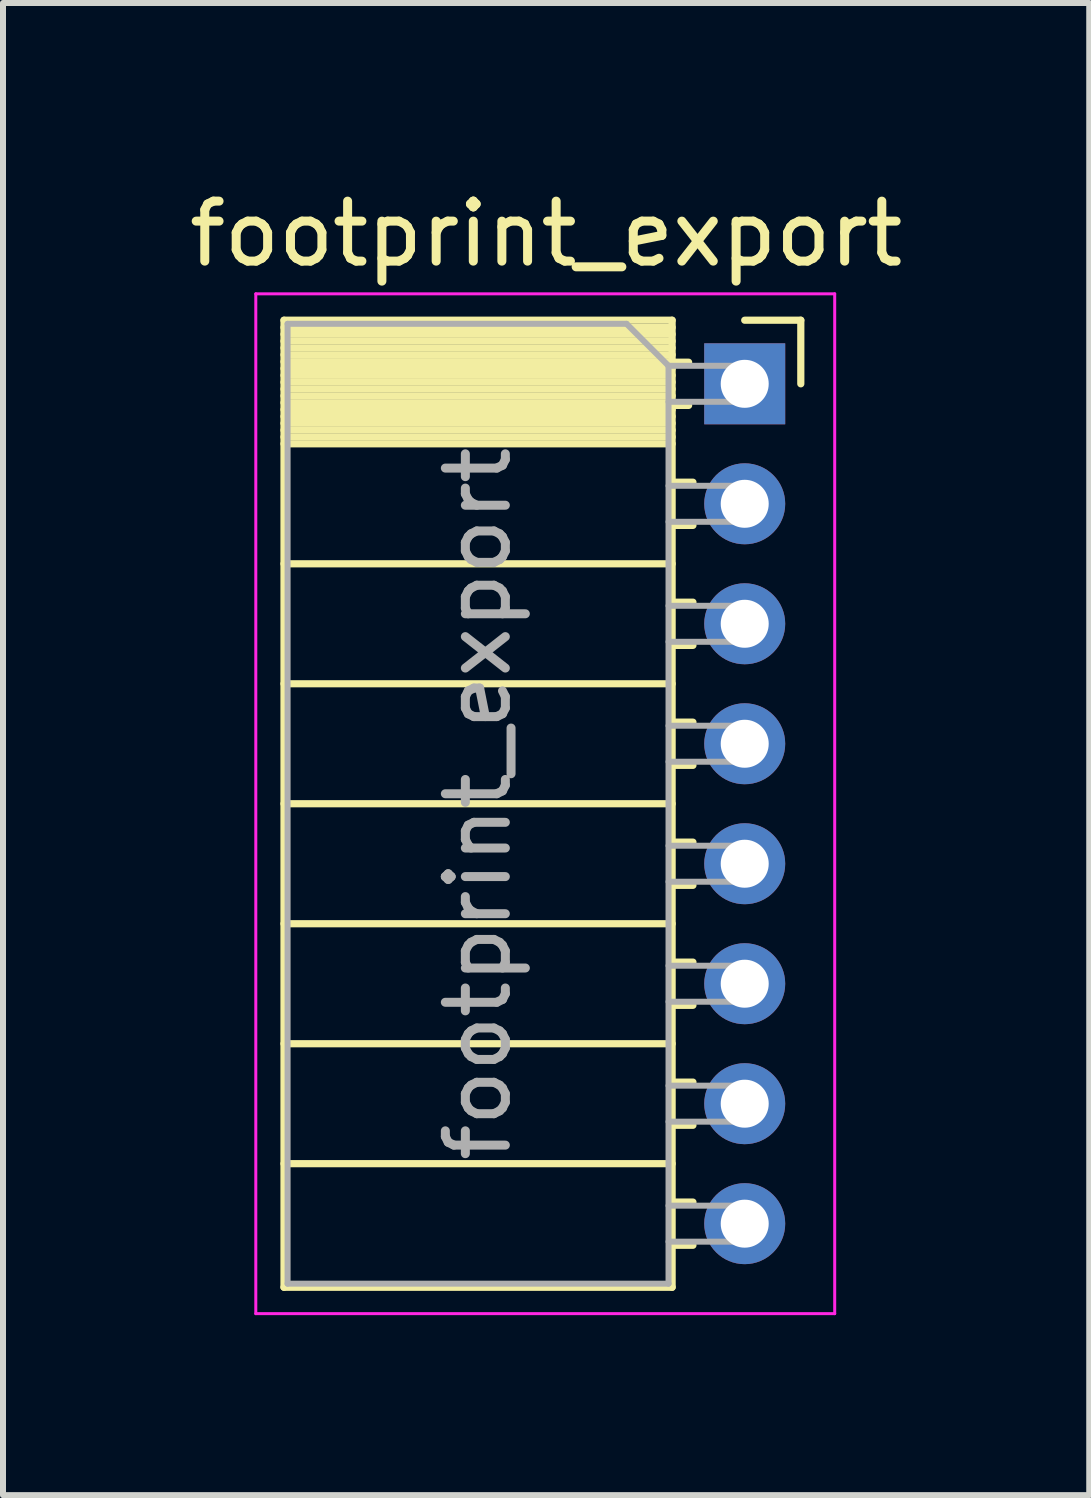
<source format=kicad_pcb>
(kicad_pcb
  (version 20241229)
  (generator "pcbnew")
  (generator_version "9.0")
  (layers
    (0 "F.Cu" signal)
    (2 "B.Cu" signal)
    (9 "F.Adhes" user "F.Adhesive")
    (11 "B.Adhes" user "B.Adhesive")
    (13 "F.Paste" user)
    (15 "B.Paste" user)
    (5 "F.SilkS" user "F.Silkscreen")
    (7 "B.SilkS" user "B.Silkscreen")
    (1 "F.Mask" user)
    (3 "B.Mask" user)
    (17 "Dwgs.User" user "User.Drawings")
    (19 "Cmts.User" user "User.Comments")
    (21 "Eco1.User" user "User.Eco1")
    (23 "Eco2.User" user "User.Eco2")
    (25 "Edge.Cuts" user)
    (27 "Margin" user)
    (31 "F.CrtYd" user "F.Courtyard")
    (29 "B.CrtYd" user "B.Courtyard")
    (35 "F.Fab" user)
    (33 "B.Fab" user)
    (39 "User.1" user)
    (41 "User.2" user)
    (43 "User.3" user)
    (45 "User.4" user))
  (footprint "footprint_export"
    (layer "F.Cu")
    (at 9.364 3.348)
    (property "Reference" "footprint_export" (at -3.31 -2.5 0) (layer "F.SilkS") (effects (font (size 1 1) (thickness 0.15))))
    (attr through_hole)
    (fp_line (start -7.68 -1.06) (end -7.68 15.06) (stroke (width 0.12) (type solid)) (layer "F.SilkS"))
    (fp_line (start -7.68 -1.06) (end -1.21 -1.06) (stroke (width 0.12) (type solid)) (layer "F.SilkS"))
    (fp_line (start -7.68 -0.94) (end -1.21 -0.94) (stroke (width 0.12) (type solid)) (layer "F.SilkS"))
    (fp_line (start -7.68 -0.826) (end -1.21 -0.826) (stroke (width 0.12) (type solid)) (layer "F.SilkS"))
    (fp_line (start -7.68 -0.712) (end -1.21 -0.712) (stroke (width 0.12) (type solid)) (layer "F.SilkS"))
    (fp_line (start -7.68 -0.598) (end -1.21 -0.598) (stroke (width 0.12) (type solid)) (layer "F.SilkS"))
    (fp_line (start -7.68 -0.484) (end -1.21 -0.484) (stroke (width 0.12) (type solid)) (layer "F.SilkS"))
    (fp_line (start -7.68 -0.369) (end -1.21 -0.369) (stroke (width 0.12) (type solid)) (layer "F.SilkS"))
    (fp_line (start -7.68 -0.255) (end -1.21 -0.255) (stroke (width 0.12) (type solid)) (layer "F.SilkS"))
    (fp_line (start -7.68 -0.141) (end -1.21 -0.141) (stroke (width 0.12) (type solid)) (layer "F.SilkS"))
    (fp_line (start -7.68 -0.027) (end -1.21 -0.027) (stroke (width 0.12) (type solid)) (layer "F.SilkS"))
    (fp_line (start -7.68 0.087) (end -1.21 0.087) (stroke (width 0.12) (type solid)) (layer "F.SilkS"))
    (fp_line (start -7.68 0.201) (end -1.21 0.201) (stroke (width 0.12) (type solid)) (layer "F.SilkS"))
    (fp_line (start -7.68 0.315) (end -1.21 0.315) (stroke (width 0.12) (type solid)) (layer "F.SilkS"))
    (fp_line (start -7.68 0.429) (end -1.21 0.429) (stroke (width 0.12) (type solid)) (layer "F.SilkS"))
    (fp_line (start -7.68 0.544) (end -1.21 0.544) (stroke (width 0.12) (type solid)) (layer "F.SilkS"))
    (fp_line (start -7.68 0.658) (end -1.21 0.658) (stroke (width 0.12) (type solid)) (layer "F.SilkS"))
    (fp_line (start -7.68 0.772) (end -1.21 0.772) (stroke (width 0.12) (type solid)) (layer "F.SilkS"))
    (fp_line (start -7.68 0.886) (end -1.21 0.886) (stroke (width 0.12) (type solid)) (layer "F.SilkS"))
    (fp_line (start -7.68 1) (end -1.21 1) (stroke (width 0.12) (type solid)) (layer "F.SilkS"))
    (fp_line (start -7.68 3) (end -1.21 3) (stroke (width 0.12) (type solid)) (layer "F.SilkS"))
    (fp_line (start -7.68 5) (end -1.21 5) (stroke (width 0.12) (type solid)) (layer "F.SilkS"))
    (fp_line (start -7.68 7) (end -1.21 7) (stroke (width 0.12) (type solid)) (layer "F.SilkS"))
    (fp_line (start -7.68 9) (end -1.21 9) (stroke (width 0.12) (type solid)) (layer "F.SilkS"))
    (fp_line (start -7.68 11) (end -1.21 11) (stroke (width 0.12) (type solid)) (layer "F.SilkS"))
    (fp_line (start -7.68 13) (end -1.21 13) (stroke (width 0.12) (type solid)) (layer "F.SilkS"))
    (fp_line (start -7.68 15.06) (end -1.21 15.06) (stroke (width 0.12) (type solid)) (layer "F.SilkS"))
    (fp_line (start -1.21 -1.06) (end -1.21 15.06) (stroke (width 0.12) (type solid)) (layer "F.SilkS"))
    (fp_line (start -1.21 -0.36) (end -0.935 -0.36) (stroke (width 0.12) (type solid)) (layer "F.SilkS"))
    (fp_line (start -1.21 0.36) (end -0.935 0.36) (stroke (width 0.12) (type solid)) (layer "F.SilkS"))
    (fp_line (start -1.21 1.64) (end -0.863 1.64) (stroke (width 0.12) (type solid)) (layer "F.SilkS"))
    (fp_line (start -1.21 2.36) (end -0.863 2.36) (stroke (width 0.12) (type solid)) (layer "F.SilkS"))
    (fp_line (start -1.21 3.64) (end -0.863 3.64) (stroke (width 0.12) (type solid)) (layer "F.SilkS"))
    (fp_line (start -1.21 4.36) (end -0.863 4.36) (stroke (width 0.12) (type solid)) (layer "F.SilkS"))
    (fp_line (start -1.21 5.64) (end -0.863 5.64) (stroke (width 0.12) (type solid)) (layer "F.SilkS"))
    (fp_line (start -1.21 6.36) (end -0.863 6.36) (stroke (width 0.12) (type solid)) (layer "F.SilkS"))
    (fp_line (start -1.21 7.64) (end -0.863 7.64) (stroke (width 0.12) (type solid)) (layer "F.SilkS"))
    (fp_line (start -1.21 8.36) (end -0.863 8.36) (stroke (width 0.12) (type solid)) (layer "F.SilkS"))
    (fp_line (start -1.21 9.64) (end -0.863 9.64) (stroke (width 0.12) (type solid)) (layer "F.SilkS"))
    (fp_line (start -1.21 10.36) (end -0.863 10.36) (stroke (width 0.12) (type solid)) (layer "F.SilkS"))
    (fp_line (start -1.21 11.64) (end -0.863 11.64) (stroke (width 0.12) (type solid)) (layer "F.SilkS"))
    (fp_line (start -1.21 12.36) (end -0.863 12.36) (stroke (width 0.12) (type solid)) (layer "F.SilkS"))
    (fp_line (start -1.21 13.64) (end -0.863 13.64) (stroke (width 0.12) (type solid)) (layer "F.SilkS"))
    (fp_line (start -1.21 14.36) (end -0.863 14.36) (stroke (width 0.12) (type solid)) (layer "F.SilkS"))
    (fp_line (start 0 -1.06) (end 0.935 -1.06) (stroke (width 0.12) (type solid)) (layer "F.SilkS"))
    (fp_line (start 0.935 -1.06) (end 0.935 0) (stroke (width 0.12) (type solid)) (layer "F.SilkS"))
    (fp_line (start -8.15 -1.5) (end -8.15 15.5) (stroke (width 0.05) (type solid)) (layer "F.CrtYd"))
    (fp_line (start -8.15 15.5) (end 1.5 15.5) (stroke (width 0.05) (type solid)) (layer "F.CrtYd"))
    (fp_line (start 1.5 -1.5) (end -8.15 -1.5) (stroke (width 0.05) (type solid)) (layer "F.CrtYd"))
    (fp_line (start 1.5 15.5) (end 1.5 -1.5) (stroke (width 0.05) (type solid)) (layer "F.CrtYd"))
    (fp_line (start -7.62 -1) (end -1.97 -1) (stroke (width 0.1) (type solid)) (layer "F.Fab"))
    (fp_line (start -7.62 15) (end -7.62 -1) (stroke (width 0.1) (type solid)) (layer "F.Fab"))
    (fp_line (start -1.97 -1) (end -1.27 -0.3) (stroke (width 0.1) (type solid)) (layer "F.Fab"))
    (fp_line (start -1.27 -0.3) (end -1.27 15) (stroke (width 0.1) (type solid)) (layer "F.Fab"))
    (fp_line (start -1.27 0.3) (end 0 0.3) (stroke (width 0.1) (type solid)) (layer "F.Fab"))
    (fp_line (start -1.27 2.3) (end 0 2.3) (stroke (width 0.1) (type solid)) (layer "F.Fab"))
    (fp_line (start -1.27 4.3) (end 0 4.3) (stroke (width 0.1) (type solid)) (layer "F.Fab"))
    (fp_line (start -1.27 6.3) (end 0 6.3) (stroke (width 0.1) (type solid)) (layer "F.Fab"))
    (fp_line (start -1.27 8.3) (end 0 8.3) (stroke (width 0.1) (type solid)) (layer "F.Fab"))
    (fp_line (start -1.27 10.3) (end 0 10.3) (stroke (width 0.1) (type solid)) (layer "F.Fab"))
    (fp_line (start -1.27 12.3) (end 0 12.3) (stroke (width 0.1) (type solid)) (layer "F.Fab"))
    (fp_line (start -1.27 14.3) (end 0 14.3) (stroke (width 0.1) (type solid)) (layer "F.Fab"))
    (fp_line (start -1.27 15) (end -7.62 15) (stroke (width 0.1) (type solid)) (layer "F.Fab"))
    (fp_line (start 0 -0.3) (end -1.27 -0.3) (stroke (width 0.1) (type solid)) (layer "F.Fab"))
    (fp_line (start 0 0.3) (end 0 -0.3) (stroke (width 0.1) (type solid)) (layer "F.Fab"))
    (fp_line (start 0 1.7) (end -1.27 1.7) (stroke (width 0.1) (type solid)) (layer "F.Fab"))
    (fp_line (start 0 2.3) (end 0 1.7) (stroke (width 0.1) (type solid)) (layer "F.Fab"))
    (fp_line (start 0 3.7) (end -1.27 3.7) (stroke (width 0.1) (type solid)) (layer "F.Fab"))
    (fp_line (start 0 4.3) (end 0 3.7) (stroke (width 0.1) (type solid)) (layer "F.Fab"))
    (fp_line (start 0 5.7) (end -1.27 5.7) (stroke (width 0.1) (type solid)) (layer "F.Fab"))
    (fp_line (start 0 6.3) (end 0 5.7) (stroke (width 0.1) (type solid)) (layer "F.Fab"))
    (fp_line (start 0 7.7) (end -1.27 7.7) (stroke (width 0.1) (type solid)) (layer "F.Fab"))
    (fp_line (start 0 8.3) (end 0 7.7) (stroke (width 0.1) (type solid)) (layer "F.Fab"))
    (fp_line (start 0 9.7) (end -1.27 9.7) (stroke (width 0.1) (type solid)) (layer "F.Fab"))
    (fp_line (start 0 10.3) (end 0 9.7) (stroke (width 0.1) (type solid)) (layer "F.Fab"))
    (fp_line (start 0 11.7) (end -1.27 11.7) (stroke (width 0.1) (type solid)) (layer "F.Fab"))
    (fp_line (start 0 12.3) (end 0 11.7) (stroke (width 0.1) (type solid)) (layer "F.Fab"))
    (fp_line (start 0 13.7) (end -1.27 13.7) (stroke (width 0.1) (type solid)) (layer "F.Fab"))
    (fp_line (start 0 14.3) (end 0 13.7) (stroke (width 0.1) (type solid)) (layer "F.Fab"))
    (fp_text user "${REFERENCE}" (at -4.445 7 90) (layer "F.Fab") (effects (font (size 1 1) (thickness 0.15))))
    (pad "1" thru_hole rect (at 0 0) (size 1.35 1.35) (drill 0.8) (layers "*.Cu" "*.Mask"))
    (pad "2" thru_hole oval (at 0 2) (size 1.35 1.35) (drill 0.8) (layers "*.Cu" "*.Mask"))
    (pad "3" thru_hole oval (at 0 4) (size 1.35 1.35) (drill 0.8) (layers "*.Cu" "*.Mask"))
    (pad "4" thru_hole oval (at 0 6) (size 1.35 1.35) (drill 0.8) (layers "*.Cu" "*.Mask"))
    (pad "5" thru_hole oval (at 0 8) (size 1.35 1.35) (drill 0.8) (layers "*.Cu" "*.Mask"))
    (pad "6" thru_hole oval (at 0 10) (size 1.35 1.35) (drill 0.8) (layers "*.Cu" "*.Mask"))
    (pad "7" thru_hole oval (at 0 12) (size 1.35 1.35) (drill 0.8) (layers "*.Cu" "*.Mask"))
    (pad "8" thru_hole oval (at 0 14) (size 1.35 1.35) (drill 0.8) (layers "*.Cu" "*.Mask")))
  (gr_rect
    (start -3 -3)
    (end 15.107 21.873)
    (stroke (width 0.1) (type default))
    (fill no)
    (layer "Edge.Cuts")))
</source>
